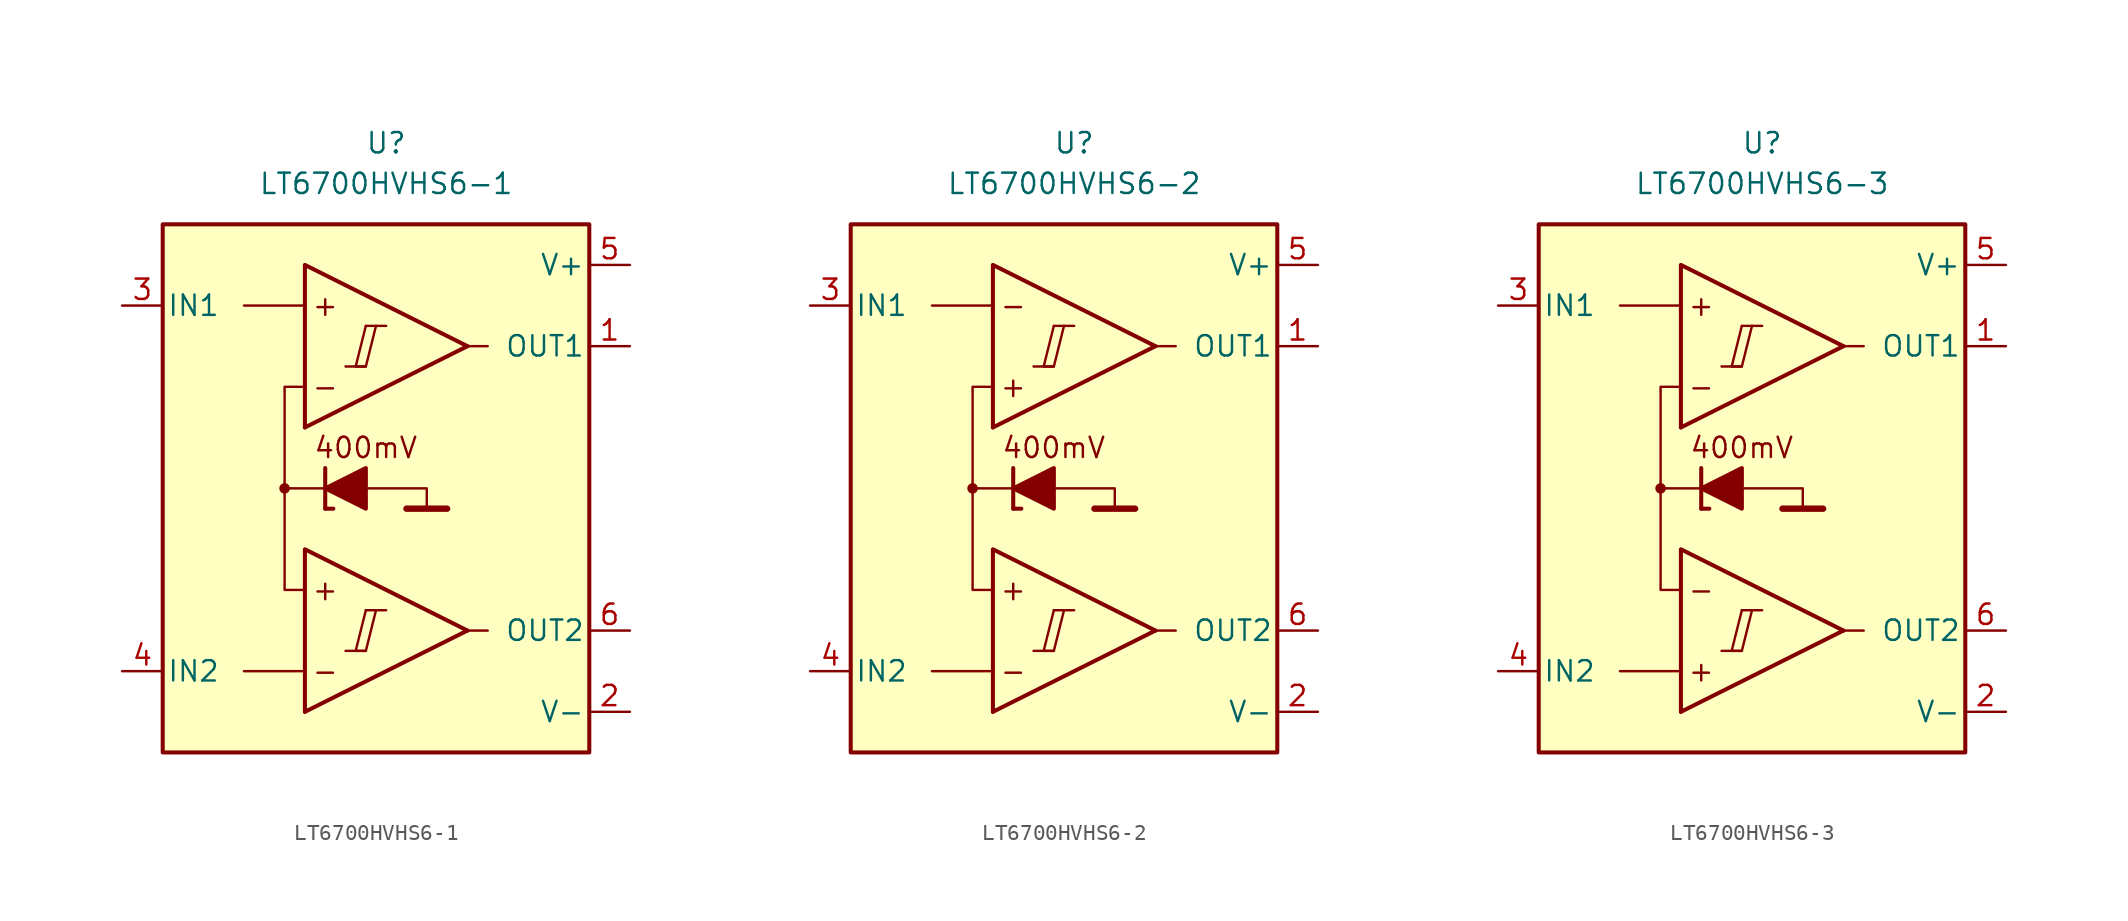
<source format=kicad_sym>
(kicad_symbol_lib
  (version 20231120)
  (generator "kicad_symbol_editor")
  (generator_version "8.0")
  (symbol "LT6700HVHS6-1"
    (pin_names
      (offset 0.254))
    (property "Reference" "U"
      (at 0 22.86 0)
      (effects (font (size 1.27 1.27))))
    (property "Value" "LT6700HVHS6-1"
      (at 0 20.32 0)
      (effects (font (size 1.27 1.27))))
    (symbol "LT6700HVHS6-1_0_0"
      (rectangle (start -13.97 17.78) (end 12.7 -15.24) (stroke (width 0.254) (type default)) (fill (type background)))
      (circle (center -6.35 1.27) (radius 0.254) (stroke (width 0.152) (type default)) (fill (type outline)))
      (polyline (pts (xy -2.54 -8.89) (xy -1.27 -8.89)) (stroke (width 0.152) (type default)) (fill (type none)))
      (polyline (pts (xy -2.54 8.89) (xy -1.27 8.89)) (stroke (width 0.152) (type default)) (fill (type none)))
      (polyline (pts (xy -1.27 -6.35) (xy 0 -6.35)) (stroke (width 0.152) (type default)) (fill (type none)))
      (polyline (pts (xy -1.27 11.43) (xy 0 11.43)) (stroke (width 0.152) (type default)) (fill (type none)))
      (polyline (pts (xy 5.08 -7.62) (xy -5.08 -12.7)) (stroke (width 0.254) (type default)) (fill (type none)))
      (polyline (pts (xy 5.08 10.16) (xy -5.08 5.08)) (stroke (width 0.254) (type default)) (fill (type none)))
      (polyline (pts (xy 5.08 -7.62) (xy -5.08 -2.54) (xy -5.08 -12.7)) (stroke (width 0.254) (type default)) (fill (type background)))
      (polyline (pts (xy 5.08 10.16) (xy -5.08 15.24) (xy -5.08 5.08)) (stroke (width 0.254) (type default)) (fill (type background)))
      (polyline (pts (xy -1.27 -6.35) (xy -1.905 -8.89) (xy -1.27 -8.89) (xy -0.635 -6.35)) (stroke (width 0.152) (type default)) (fill (type none)))
      (polyline (pts (xy -1.27 11.43) (xy -1.905 8.89) (xy -1.27 8.89) (xy -0.635 11.43)) (stroke (width 0.152) (type default)) (fill (type none)))
      (text "+" (at -3.81 -5.08 0) (effects (font (size 1.27 1.27))))
      (text "+" (at -3.81 12.7 0) (effects (font (size 1.27 1.27))))
      (text "-" (at -3.81 -10.16 0) (effects (font (size 1.27 1.27))))
      (text "-" (at -3.81 7.62 0) (effects (font (size 1.27 1.27)))))
    (symbol "LT6700HVHS6-1_0_1"
      (polyline (pts (xy -5.08 -10.16) (xy -8.89 -10.16)) (stroke (width 0) (type default)) (fill (type none)))
      (polyline (pts (xy -5.08 12.7) (xy -8.89 12.7)) (stroke (width 0) (type default)) (fill (type none)))
      (polyline (pts (xy -3.81 0) (xy -3.81 2.54)) (stroke (width 0.254) (type default)) (fill (type none)))
      (polyline (pts (xy -3.81 0) (xy -3.302 0)) (stroke (width 0.254) (type default)) (fill (type none)))
      (polyline (pts (xy -3.81 1.27) (xy -6.35 1.27)) (stroke (width 0.152) (type default)) (fill (type none)))
      (polyline (pts (xy 1.27 0) (xy 3.81 0)) (stroke (width 0.4) (type default)) (fill (type none)))
      (polyline (pts (xy 5.08 -7.62) (xy 6.35 -7.62)) (stroke (width 0) (type default)) (fill (type none)))
      (polyline (pts (xy 5.08 10.16) (xy 6.35 10.16)) (stroke (width 0) (type default)) (fill (type none)))
      (polyline (pts (xy -1.27 1.27) (xy 2.54 1.27) (xy 2.54 0)) (stroke (width 0.152) (type default)) (fill (type none)))
      (polyline (pts (xy -5.08 -5.08) (xy -6.35 -5.08) (xy -6.35 7.62) (xy -5.08 7.62)) (stroke (width 0.152) (type default)) (fill (type none)))
      (polyline (pts (xy -1.27 2.54) (xy -1.27 0) (xy -3.81 1.27) (xy -1.27 2.54)) (stroke (width 0.254) (type default)) (fill (type outline))))
    (symbol "LT6700HVHS6-1_1_0"
      (text "400mV" (at -1.27 3.81 0) (effects (font (size 1.27 1.27)))))
    (symbol "LT6700HVHS6-1_1_1"
      (pin output line (at 15.24 10.16 180) (length 2.54) (name "OUT1" (effects (font (size 1.27 1.27)))) (number "1" (effects (font (size 1.27 1.27)))))
      (pin power_in line (at 15.24 -12.7 180) (length 2.54) (name "V-" (effects (font (size 1.27 1.27)))) (number "2" (effects (font (size 1.27 1.27)))))
      (pin input line (at -16.51 12.7 0) (length 2.54) (name "IN1" (effects (font (size 1.27 1.27)))) (number "3" (effects (font (size 1.27 1.27)))))
      (pin input line (at -16.51 -10.16 0) (length 2.54) (name "IN2" (effects (font (size 1.27 1.27)))) (number "4" (effects (font (size 1.27 1.27)))))
      (pin power_in line (at 15.24 15.24 180) (length 2.54) (name "V+" (effects (font (size 1.27 1.27)))) (number "5" (effects (font (size 1.27 1.27)))))
      (pin output line (at 15.24 -7.62 180) (length 2.54) (name "OUT2" (effects (font (size 1.27 1.27)))) (number "6" (effects (font (size 1.27 1.27)))))))
  (symbol "LT6700HVHS6-2"
    (pin_names
      (offset 0.254))
    (property "Reference" "U"
      (at 0 22.86 0)
      (effects (font (size 1.27 1.27))))
    (property "Value" "LT6700HVHS6-2"
      (at 0 20.32 0)
      (effects (font (size 1.27 1.27))))
    (symbol "LT6700HVHS6-2_0_0"
      (rectangle (start -13.97 17.78) (end 12.7 -15.24) (stroke (width 0.254) (type default)) (fill (type background)))
      (circle (center -6.35 1.27) (radius 0.254) (stroke (width 0.152) (type default)) (fill (type outline)))
      (polyline (pts (xy -2.54 -8.89) (xy -1.27 -8.89)) (stroke (width 0.152) (type default)) (fill (type none)))
      (polyline (pts (xy -2.54 8.89) (xy -1.27 8.89)) (stroke (width 0.152) (type default)) (fill (type none)))
      (polyline (pts (xy -1.27 -6.35) (xy 0 -6.35)) (stroke (width 0.152) (type default)) (fill (type none)))
      (polyline (pts (xy -1.27 11.43) (xy 0 11.43)) (stroke (width 0.152) (type default)) (fill (type none)))
      (polyline (pts (xy 5.08 -7.62) (xy -5.08 -12.7)) (stroke (width 0.254) (type default)) (fill (type none)))
      (polyline (pts (xy 5.08 10.16) (xy -5.08 5.08)) (stroke (width 0.254) (type default)) (fill (type none)))
      (polyline (pts (xy 5.08 -7.62) (xy -5.08 -2.54) (xy -5.08 -12.7)) (stroke (width 0.254) (type default)) (fill (type background)))
      (polyline (pts (xy 5.08 10.16) (xy -5.08 15.24) (xy -5.08 5.08)) (stroke (width 0.254) (type default)) (fill (type background)))
      (polyline (pts (xy -1.27 -6.35) (xy -1.905 -8.89) (xy -1.27 -8.89) (xy -0.635 -6.35)) (stroke (width 0.152) (type default)) (fill (type none)))
      (polyline (pts (xy -1.27 11.43) (xy -1.905 8.89) (xy -1.27 8.89) (xy -0.635 11.43)) (stroke (width 0.152) (type default)) (fill (type none)))
      (text "+" (at -3.81 -5.08 0) (effects (font (size 1.27 1.27))))
      (text "+" (at -3.81 7.62 0) (effects (font (size 1.27 1.27))))
      (text "-" (at -3.81 -10.16 0) (effects (font (size 1.27 1.27))))
      (text "-" (at -3.81 12.7 0) (effects (font (size 1.27 1.27)))))
    (symbol "LT6700HVHS6-2_0_1"
      (polyline (pts (xy -5.08 -10.16) (xy -8.89 -10.16)) (stroke (width 0) (type default)) (fill (type none)))
      (polyline (pts (xy -5.08 12.7) (xy -8.89 12.7)) (stroke (width 0) (type default)) (fill (type none)))
      (polyline (pts (xy -3.81 0) (xy -3.81 2.54)) (stroke (width 0.254) (type default)) (fill (type none)))
      (polyline (pts (xy -3.81 0) (xy -3.302 0)) (stroke (width 0.254) (type default)) (fill (type none)))
      (polyline (pts (xy -3.81 1.27) (xy -6.35 1.27)) (stroke (width 0.152) (type default)) (fill (type none)))
      (polyline (pts (xy 1.27 0) (xy 3.81 0)) (stroke (width 0.4) (type default)) (fill (type none)))
      (polyline (pts (xy 5.08 -7.62) (xy 6.35 -7.62)) (stroke (width 0) (type default)) (fill (type none)))
      (polyline (pts (xy 5.08 10.16) (xy 6.35 10.16)) (stroke (width 0) (type default)) (fill (type none)))
      (polyline (pts (xy -1.27 1.27) (xy 2.54 1.27) (xy 2.54 0)) (stroke (width 0.152) (type default)) (fill (type none)))
      (polyline (pts (xy -5.08 -5.08) (xy -6.35 -5.08) (xy -6.35 7.62) (xy -5.08 7.62)) (stroke (width 0.152) (type default)) (fill (type none)))
      (polyline (pts (xy -1.27 2.54) (xy -1.27 0) (xy -3.81 1.27) (xy -1.27 2.54)) (stroke (width 0.254) (type default)) (fill (type outline))))
    (symbol "LT6700HVHS6-2_1_0"
      (text "400mV" (at -1.27 3.81 0) (effects (font (size 1.27 1.27)))))
    (symbol "LT6700HVHS6-2_1_1"
      (pin output line (at 15.24 10.16 180) (length 2.54) (name "OUT1" (effects (font (size 1.27 1.27)))) (number "1" (effects (font (size 1.27 1.27)))))
      (pin power_in line (at 15.24 -12.7 180) (length 2.54) (name "V-" (effects (font (size 1.27 1.27)))) (number "2" (effects (font (size 1.27 1.27)))))
      (pin input line (at -16.51 12.7 0) (length 2.54) (name "IN1" (effects (font (size 1.27 1.27)))) (number "3" (effects (font (size 1.27 1.27)))))
      (pin input line (at -16.51 -10.16 0) (length 2.54) (name "IN2" (effects (font (size 1.27 1.27)))) (number "4" (effects (font (size 1.27 1.27)))))
      (pin power_in line (at 15.24 15.24 180) (length 2.54) (name "V+" (effects (font (size 1.27 1.27)))) (number "5" (effects (font (size 1.27 1.27)))))
      (pin output line (at 15.24 -7.62 180) (length 2.54) (name "OUT2" (effects (font (size 1.27 1.27)))) (number "6" (effects (font (size 1.27 1.27)))))))
  (symbol "LT6700HVHS6-3"
    (pin_names
      (offset 0.254))
    (property "Reference" "U"
      (at 0 22.86 0)
      (effects (font (size 1.27 1.27))))
    (property "Value" "LT6700HVHS6-3"
      (at 0 20.32 0)
      (effects (font (size 1.27 1.27))))
    (symbol "LT6700HVHS6-3_0_0"
      (rectangle (start -13.97 17.78) (end 12.7 -15.24) (stroke (width 0.254) (type default)) (fill (type background)))
      (circle (center -6.35 1.27) (radius 0.254) (stroke (width 0.152) (type default)) (fill (type outline)))
      (polyline (pts (xy -2.54 -8.89) (xy -1.27 -8.89)) (stroke (width 0.152) (type default)) (fill (type none)))
      (polyline (pts (xy -2.54 8.89) (xy -1.27 8.89)) (stroke (width 0.152) (type default)) (fill (type none)))
      (polyline (pts (xy -1.27 -6.35) (xy 0 -6.35)) (stroke (width 0.152) (type default)) (fill (type none)))
      (polyline (pts (xy -1.27 11.43) (xy 0 11.43)) (stroke (width 0.152) (type default)) (fill (type none)))
      (polyline (pts (xy 5.08 -7.62) (xy -5.08 -12.7)) (stroke (width 0.254) (type default)) (fill (type none)))
      (polyline (pts (xy 5.08 10.16) (xy -5.08 5.08)) (stroke (width 0.254) (type default)) (fill (type none)))
      (polyline (pts (xy 5.08 -7.62) (xy -5.08 -2.54) (xy -5.08 -12.7)) (stroke (width 0.254) (type default)) (fill (type background)))
      (polyline (pts (xy 5.08 10.16) (xy -5.08 15.24) (xy -5.08 5.08)) (stroke (width 0.254) (type default)) (fill (type background)))
      (polyline (pts (xy -1.27 -6.35) (xy -1.905 -8.89) (xy -1.27 -8.89) (xy -0.635 -6.35)) (stroke (width 0.152) (type default)) (fill (type none)))
      (polyline (pts (xy -1.27 11.43) (xy -1.905 8.89) (xy -1.27 8.89) (xy -0.635 11.43)) (stroke (width 0.152) (type default)) (fill (type none)))
      (text "+" (at -3.81 -10.16 0) (effects (font (size 1.27 1.27))))
      (text "+" (at -3.81 12.7 0) (effects (font (size 1.27 1.27))))
      (text "-" (at -3.81 -5.08 0) (effects (font (size 1.27 1.27))))
      (text "-" (at -3.81 7.62 0) (effects (font (size 1.27 1.27)))))
    (symbol "LT6700HVHS6-3_0_1"
      (polyline (pts (xy -5.08 -10.16) (xy -8.89 -10.16)) (stroke (width 0) (type default)) (fill (type none)))
      (polyline (pts (xy -5.08 12.7) (xy -8.89 12.7)) (stroke (width 0) (type default)) (fill (type none)))
      (polyline (pts (xy -3.81 0) (xy -3.81 2.54)) (stroke (width 0.254) (type default)) (fill (type none)))
      (polyline (pts (xy -3.81 0) (xy -3.302 0)) (stroke (width 0.254) (type default)) (fill (type none)))
      (polyline (pts (xy -3.81 1.27) (xy -6.35 1.27)) (stroke (width 0.152) (type default)) (fill (type none)))
      (polyline (pts (xy 1.27 0) (xy 3.81 0)) (stroke (width 0.4) (type default)) (fill (type none)))
      (polyline (pts (xy 5.08 -7.62) (xy 6.35 -7.62)) (stroke (width 0) (type default)) (fill (type none)))
      (polyline (pts (xy 5.08 10.16) (xy 6.35 10.16)) (stroke (width 0) (type default)) (fill (type none)))
      (polyline (pts (xy -1.27 1.27) (xy 2.54 1.27) (xy 2.54 0)) (stroke (width 0.152) (type default)) (fill (type none)))
      (polyline (pts (xy -5.08 -5.08) (xy -6.35 -5.08) (xy -6.35 7.62) (xy -5.08 7.62)) (stroke (width 0.152) (type default)) (fill (type none)))
      (polyline (pts (xy -1.27 2.54) (xy -1.27 0) (xy -3.81 1.27) (xy -1.27 2.54)) (stroke (width 0.254) (type default)) (fill (type outline))))
    (symbol "LT6700HVHS6-3_1_0"
      (text "400mV" (at -1.27 3.81 0) (effects (font (size 1.27 1.27)))))
    (symbol "LT6700HVHS6-3_1_1"
      (pin output line (at 15.24 10.16 180) (length 2.54) (name "OUT1" (effects (font (size 1.27 1.27)))) (number "1" (effects (font (size 1.27 1.27)))))
      (pin power_in line (at 15.24 -12.7 180) (length 2.54) (name "V-" (effects (font (size 1.27 1.27)))) (number "2" (effects (font (size 1.27 1.27)))))
      (pin input line (at -16.51 12.7 0) (length 2.54) (name "IN1" (effects (font (size 1.27 1.27)))) (number "3" (effects (font (size 1.27 1.27)))))
      (pin input line (at -16.51 -10.16 0) (length 2.54) (name "IN2" (effects (font (size 1.27 1.27)))) (number "4" (effects (font (size 1.27 1.27)))))
      (pin power_in line (at 15.24 15.24 180) (length 2.54) (name "V+" (effects (font (size 1.27 1.27)))) (number "5" (effects (font (size 1.27 1.27)))))
      (pin output line (at 15.24 -7.62 180) (length 2.54) (name "OUT2" (effects (font (size 1.27 1.27)))) (number "6" (effects (font (size 1.27 1.27))))))))
</source>
